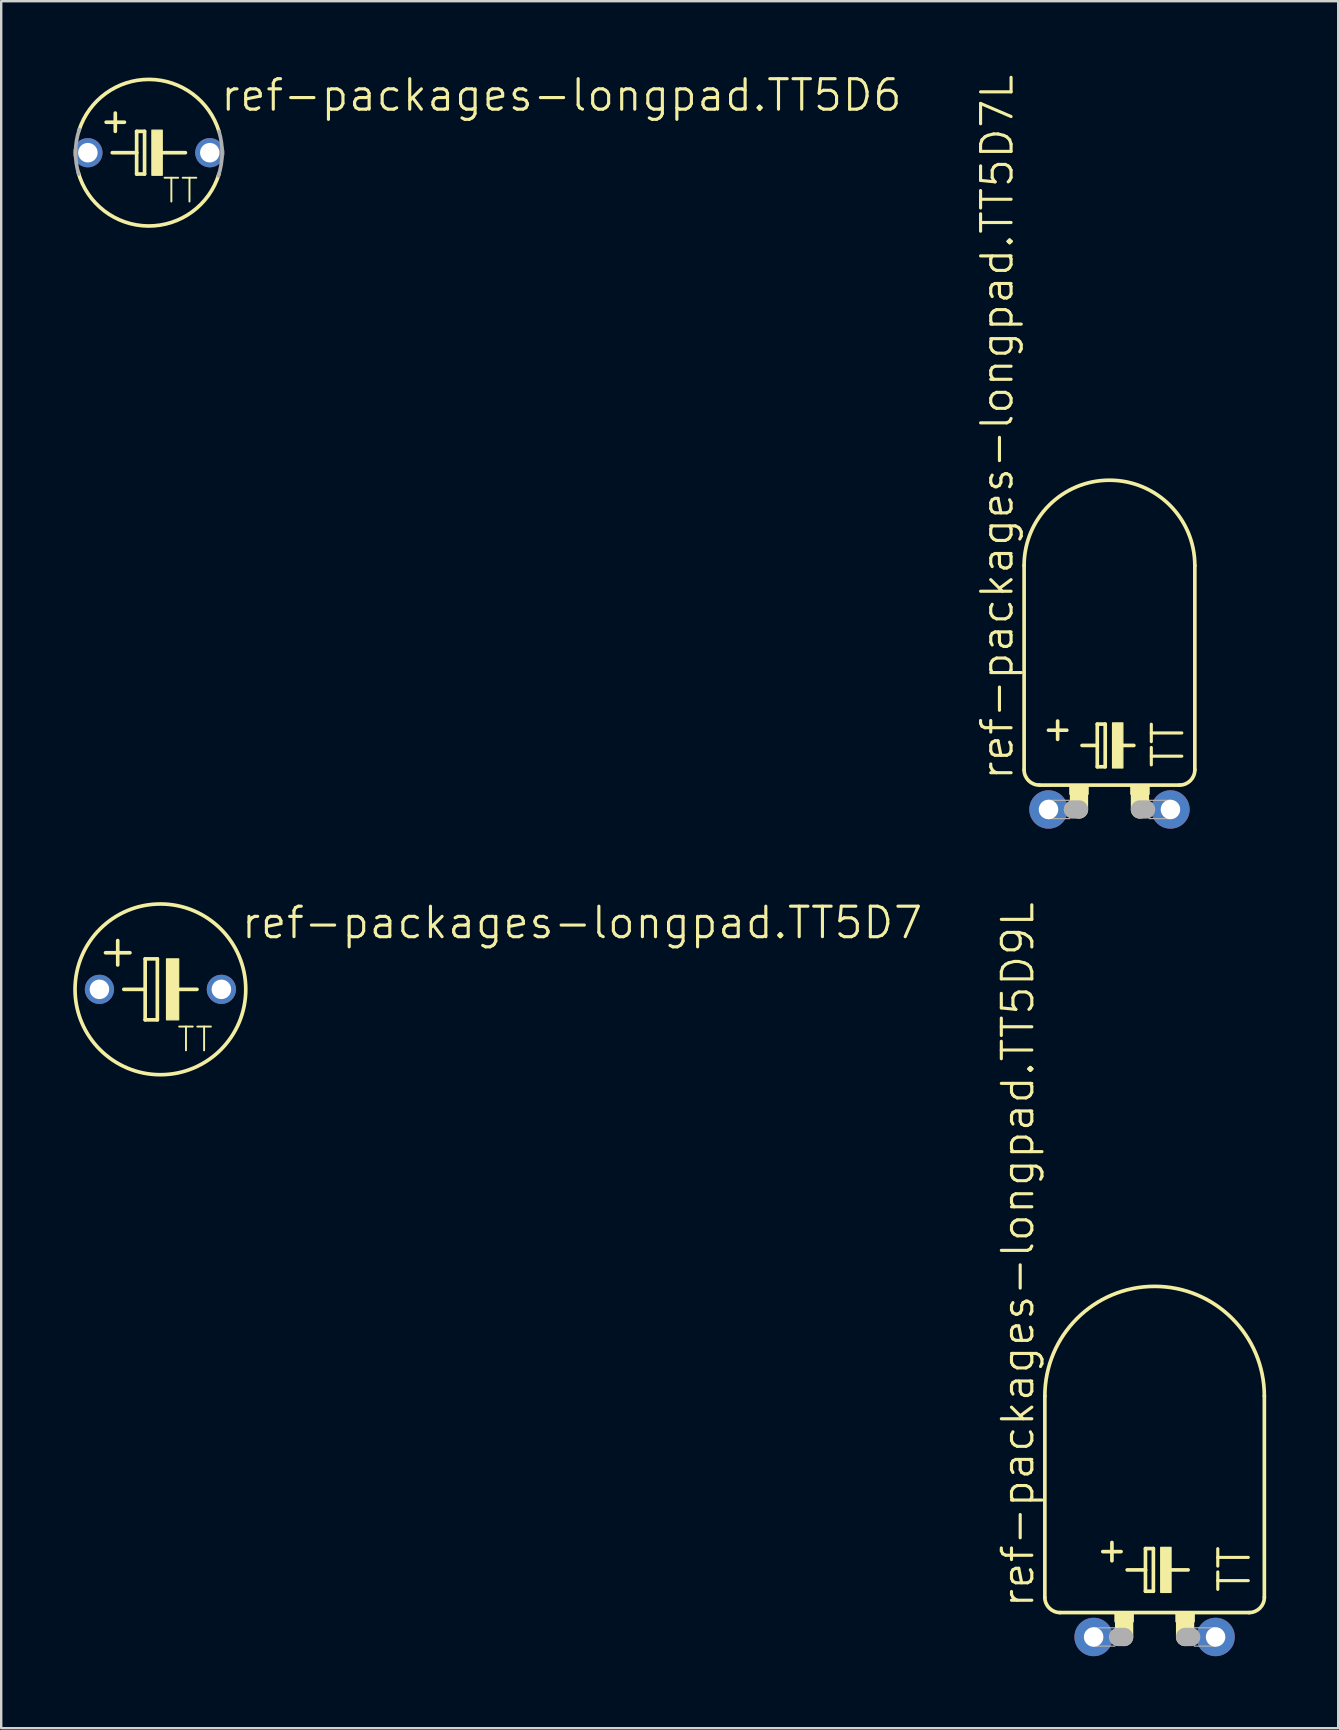
<source format=kicad_pcb>
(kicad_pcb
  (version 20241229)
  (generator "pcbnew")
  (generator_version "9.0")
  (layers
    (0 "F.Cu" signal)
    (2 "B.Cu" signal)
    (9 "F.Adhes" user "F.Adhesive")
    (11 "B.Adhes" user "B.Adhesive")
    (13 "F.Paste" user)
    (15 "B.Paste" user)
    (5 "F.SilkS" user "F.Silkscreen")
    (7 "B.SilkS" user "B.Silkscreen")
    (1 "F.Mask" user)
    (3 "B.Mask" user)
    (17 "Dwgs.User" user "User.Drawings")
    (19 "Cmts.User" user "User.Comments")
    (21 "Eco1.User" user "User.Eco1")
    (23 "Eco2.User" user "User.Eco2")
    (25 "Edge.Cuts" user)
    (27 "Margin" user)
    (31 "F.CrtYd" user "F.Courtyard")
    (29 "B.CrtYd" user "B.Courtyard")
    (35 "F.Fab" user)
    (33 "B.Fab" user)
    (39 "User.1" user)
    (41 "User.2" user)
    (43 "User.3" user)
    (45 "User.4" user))
  (footprint "ref-packages-longpad.TT5D9L"
    (layer "F.Cu")
    (at 45.047 65.141)
    (property "Reference" "ref-packages-longpad.TT5D9L" (at -4.953 -1.143 90) (layer "F.SilkS") (effects (font (size 1.27 1.27) (thickness 0.13)) (justify left bottom)))
    (attr through_hole)
    (fp_line (start -4.572 -10.033) (end -4.572 -1.651) (stroke (width 0.152) (type default)) (layer "F.SilkS"))
    (fp_line (start -3.937 -1.016) (end 3.937 -1.016) (stroke (width 0.152) (type default)) (layer "F.SilkS"))
    (fp_line (start -2.159 -3.556) (end -1.397 -3.556) (stroke (width 0.152) (type default)) (layer "F.SilkS"))
    (fp_line (start -1.778 -3.937) (end -1.778 -3.175) (stroke (width 0.152) (type default)) (layer "F.SilkS"))
    (fp_line (start -1.27 -0.635) (end -1.27 0) (stroke (width 0.762) (type default)) (layer "F.SilkS"))
    (fp_line (start -1.143 -2.794) (end -0.381 -2.794) (stroke (width 0.152) (type default)) (layer "F.SilkS"))
    (fp_line (start -0.381 -3.683) (end -0.381 -2.794) (stroke (width 0.152) (type default)) (layer "F.SilkS"))
    (fp_line (start -0.381 -2.794) (end -0.381 -1.905) (stroke (width 0.152) (type default)) (layer "F.SilkS"))
    (fp_line (start -0.381 -1.905) (end -0.051 -1.905) (stroke (width 0.152) (type default)) (layer "F.SilkS"))
    (fp_line (start -0.051 -3.683) (end -0.381 -3.683) (stroke (width 0.152) (type default)) (layer "F.SilkS"))
    (fp_line (start -0.051 -1.905) (end -0.051 -3.683) (stroke (width 0.152) (type default)) (layer "F.SilkS"))
    (fp_line (start 0.635 -2.794) (end 1.397 -2.794) (stroke (width 0.152) (type default)) (layer "F.SilkS"))
    (fp_line (start 1.27 -0.635) (end 1.27 0) (stroke (width 0.762) (type default)) (layer "F.SilkS"))
    (fp_line (start 4.572 -10.033) (end 4.572 -1.651) (stroke (width 0.152) (type default)) (layer "F.SilkS"))
    (fp_rect (start -1.651 -0.635) (end -0.889 -1.016) (stroke (width 0.05) (type default)) (fill yes) (layer "F.SilkS"))
    (fp_rect (start 0.254 -1.854) (end 0.686 -3.734) (stroke (width 0.05) (type default)) (fill yes) (layer "F.SilkS"))
    (fp_rect (start 0.889 -0.635) (end 1.651 -1.016) (stroke (width 0.05) (type default)) (fill yes) (layer "F.SilkS"))
    (fp_arc (start -4.572 -10.033) (mid 0 -14.605) (end 4.572 -10.033) (stroke (width 0.1524) (type default)) (layer "F.SilkS"))
    (fp_arc (start -3.937 -1.016) (mid -4.386013 -1.201987) (end -4.572 -1.651) (stroke (width 0.1524) (type default)) (layer "F.SilkS"))
    (fp_arc (start 4.572 -1.651) (mid 4.386013 -1.201987) (end 3.937 -1.016) (stroke (width 0.1524) (type default)) (layer "F.SilkS"))
    (fp_line (start -1.524 0) (end -1.27 0) (stroke (width 0.762) (type default)) (layer "F.Fab"))
    (fp_line (start 1.524 0) (end 1.27 0) (stroke (width 0.762) (type default)) (layer "F.Fab"))
    (fp_rect (start -2.54 0.381) (end -1.651 -0.381) (stroke (width 0.05) (type default)) (fill no) (layer "F.Fab"))
    (fp_rect (start 1.651 0.381) (end 2.54 -0.381) (stroke (width 0.05) (type default)) (fill no) (layer "F.Fab"))
    (fp_text user "TT" (at 4.064 -1.778 90) (layer "F.SilkS") (effects (font (size 1.27 1.27) (thickness 0.13)) (justify left bottom)))
    (pad "+" thru_hole circle (at -2.54 0) (size 1.6 1.6) (drill 0.813) (layers "*.Cu" "*.Mask"))
    (pad "-" thru_hole circle (at 2.54 0) (size 1.6 1.6) (drill 0.813) (layers "*.Cu" "*.Mask")))
  (footprint "ref-packages-longpad.TT5D7"
    (layer "F.Cu")
    (at 3.632 38.163)
    (property "Reference" "ref-packages-longpad.TT5D7" (at 3.302 -2.032 0) (layer "F.SilkS") (effects (font (size 1.27 1.27) (thickness 0.13)) (justify left bottom)))
    (attr through_hole)
    (fp_line (start -2.286 -1.524) (end -1.27 -1.524) (stroke (width 0.152) (type default)) (layer "F.SilkS"))
    (fp_line (start -1.778 -1.016) (end -1.778 -2.032) (stroke (width 0.152) (type default)) (layer "F.SilkS"))
    (fp_line (start -1.524 0) (end -0.635 0) (stroke (width 0.152) (type default)) (layer "F.SilkS"))
    (fp_line (start -0.635 -1.27) (end -0.635 0) (stroke (width 0.152) (type default)) (layer "F.SilkS"))
    (fp_line (start -0.635 0) (end -0.635 1.27) (stroke (width 0.152) (type default)) (layer "F.SilkS"))
    (fp_line (start -0.635 1.27) (end -0.127 1.27) (stroke (width 0.152) (type default)) (layer "F.SilkS"))
    (fp_line (start -0.127 -1.27) (end -0.635 -1.27) (stroke (width 0.152) (type default)) (layer "F.SilkS"))
    (fp_line (start -0.127 1.27) (end -0.127 -1.27) (stroke (width 0.152) (type default)) (layer "F.SilkS"))
    (fp_line (start 0.635 0) (end 1.524 0) (stroke (width 0.152) (type default)) (layer "F.SilkS"))
    (fp_rect (start 0.254 1.27) (end 0.762 -1.27) (stroke (width 0.05) (type default)) (fill yes) (layer "F.SilkS"))
    (fp_circle (center 0 0) (end 3.556 0) (stroke (width 0.152) (type default)) (fill no) (layer "F.SilkS"))
    (fp_text user "TT" (at 0.635 2.667 0) (layer "F.SilkS") (effects (font (size 0.991 0.991) (thickness 0.08)) (justify left bottom)))
    (pad "+" thru_hole circle (at -2.54 0) (size 1.219 1.219) (drill 0.813) (layers "*.Cu" "*.Mask"))
    (pad "-" thru_hole circle (at 2.54 0) (size 1.219 1.219) (drill 0.813) (layers "*.Cu" "*.Mask")))
  (footprint "ref-packages-longpad.TT5D7L"
    (layer "F.Cu")
    (at 43.167 30.67)
    (property "Reference" "ref-packages-longpad.TT5D7L" (at -3.937 -1.143 90) (layer "F.SilkS") (effects (font (size 1.27 1.27) (thickness 0.13)) (justify left bottom)))
    (attr through_hole)
    (fp_line (start -3.556 -10.16) (end -3.556 -1.651) (stroke (width 0.152) (type default)) (layer "F.SilkS"))
    (fp_line (start -2.921 -1.016) (end 2.921 -1.016) (stroke (width 0.152) (type default)) (layer "F.SilkS"))
    (fp_line (start -2.54 -3.302) (end -1.778 -3.302) (stroke (width 0.152) (type default)) (layer "F.SilkS"))
    (fp_line (start -2.159 -3.683) (end -2.159 -2.921) (stroke (width 0.152) (type default)) (layer "F.SilkS"))
    (fp_line (start -1.27 -0.635) (end -1.27 0) (stroke (width 0.762) (type default)) (layer "F.SilkS"))
    (fp_line (start -1.143 -2.667) (end -0.508 -2.667) (stroke (width 0.152) (type default)) (layer "F.SilkS"))
    (fp_line (start -0.508 -3.556) (end -0.508 -2.667) (stroke (width 0.152) (type default)) (layer "F.SilkS"))
    (fp_line (start -0.508 -2.667) (end -0.508 -1.778) (stroke (width 0.152) (type default)) (layer "F.SilkS"))
    (fp_line (start -0.508 -1.778) (end -0.178 -1.778) (stroke (width 0.152) (type default)) (layer "F.SilkS"))
    (fp_line (start -0.178 -3.556) (end -0.508 -3.556) (stroke (width 0.152) (type default)) (layer "F.SilkS"))
    (fp_line (start -0.178 -1.778) (end -0.178 -3.556) (stroke (width 0.152) (type default)) (layer "F.SilkS"))
    (fp_line (start 0.508 -2.667) (end 1.016 -2.667) (stroke (width 0.152) (type default)) (layer "F.SilkS"))
    (fp_line (start 1.27 -0.635) (end 1.27 0) (stroke (width 0.762) (type default)) (layer "F.SilkS"))
    (fp_line (start 3.556 -10.16) (end 3.556 -1.651) (stroke (width 0.152) (type default)) (layer "F.SilkS"))
    (fp_rect (start -1.651 -0.635) (end -0.889 -1.016) (stroke (width 0.05) (type default)) (fill yes) (layer "F.SilkS"))
    (fp_rect (start 0.127 -1.727) (end 0.559 -3.607) (stroke (width 0.05) (type default)) (fill yes) (layer "F.SilkS"))
    (fp_rect (start 0.889 -0.635) (end 1.651 -1.016) (stroke (width 0.05) (type default)) (fill yes) (layer "F.SilkS"))
    (fp_arc (start -3.556 -10.16) (mid 0 -13.716) (end 3.556 -10.16) (stroke (width 0.1524) (type default)) (layer "F.SilkS"))
    (fp_arc (start -2.921 -1.016) (mid -3.370013 -1.201987) (end -3.556 -1.651) (stroke (width 0.1524) (type default)) (layer "F.SilkS"))
    (fp_arc (start 3.556 -1.651) (mid 3.370013 -1.201987) (end 2.921 -1.016) (stroke (width 0.1524) (type default)) (layer "F.SilkS"))
    (fp_line (start -1.524 0) (end -1.27 0) (stroke (width 0.762) (type default)) (layer "F.Fab"))
    (fp_line (start 1.524 0) (end 1.27 0) (stroke (width 0.762) (type default)) (layer "F.Fab"))
    (fp_rect (start -2.54 0.381) (end -1.651 -0.381) (stroke (width 0.05) (type default)) (fill no) (layer "F.Fab"))
    (fp_rect (start 1.651 0.381) (end 2.54 -0.381) (stroke (width 0.05) (type default)) (fill no) (layer "F.Fab"))
    (fp_text user "TT" (at 3.175 -1.651 90) (layer "F.SilkS") (effects (font (size 1.27 1.27) (thickness 0.13)) (justify left bottom)))
    (pad "+" thru_hole circle (at -2.54 0) (size 1.6 1.6) (drill 0.813) (layers "*.Cu" "*.Mask"))
    (pad "-" thru_hole circle (at 2.54 0) (size 1.6 1.6) (drill 0.813) (layers "*.Cu" "*.Mask")))
  (footprint "ref-packages-longpad.TT5D6"
    (layer "F.Cu")
    (at 3.15 3.311)
    (property "Reference" "ref-packages-longpad.TT5D6" (at 2.921 -1.651 0) (layer "F.SilkS") (effects (font (size 1.27 1.27) (thickness 0.13)) (justify left bottom)))
    (attr through_hole)
    (fp_line (start -1.778 -1.27) (end -1.016 -1.27) (stroke (width 0.152) (type default)) (layer "F.SilkS"))
    (fp_line (start -1.524 0) (end -0.508 0) (stroke (width 0.152) (type default)) (layer "F.SilkS"))
    (fp_line (start -1.397 -1.651) (end -1.397 -0.889) (stroke (width 0.152) (type default)) (layer "F.SilkS"))
    (fp_line (start -0.508 -0.889) (end -0.508 0) (stroke (width 0.152) (type default)) (layer "F.SilkS"))
    (fp_line (start -0.508 0) (end -0.508 0.889) (stroke (width 0.152) (type default)) (layer "F.SilkS"))
    (fp_line (start -0.508 0.889) (end -0.178 0.889) (stroke (width 0.152) (type default)) (layer "F.SilkS"))
    (fp_line (start -0.178 -0.889) (end -0.508 -0.889) (stroke (width 0.152) (type default)) (layer "F.SilkS"))
    (fp_line (start -0.178 0.889) (end -0.178 -0.889) (stroke (width 0.152) (type default)) (layer "F.SilkS"))
    (fp_line (start 0.508 0) (end 1.524 0) (stroke (width 0.152) (type default)) (layer "F.SilkS"))
    (fp_rect (start 0.127 0.94) (end 0.559 -0.94) (stroke (width 0.05) (type default)) (fill yes) (layer "F.SilkS"))
    (fp_arc (start -2.908 -0.9307) (mid 0.021833 -3.053218) (end 2.921 -0.889) (stroke (width 0.1524) (type default)) (layer "F.SilkS"))
    (fp_arc (start 2.9211 0.889) (mid -0.034264 3.05318) (end -2.9403 0.8232) (stroke (width 0.1524) (type default)) (layer "F.SilkS"))
    (fp_arc (start -2.921 0.889) (mid -3.053017 -0.040147) (end -2.8966 -0.9655) (stroke (width 0.1524) (type default)) (layer "F.Fab"))
    (fp_arc (start 2.921 -0.889) (mid 3.053017 0.040147) (end 2.8966 0.9655) (stroke (width 0.1524) (type default)) (layer "F.Fab"))
    (fp_text user "TT" (at 0.508 2.159 0) (layer "F.SilkS") (effects (font (size 0.991 0.991) (thickness 0.08)) (justify left bottom)))
    (pad "+" thru_hole circle (at -2.54 0) (size 1.219 1.219) (drill 0.813) (layers "*.Cu" "*.Mask"))
    (pad "-" thru_hole circle (at 2.54 0) (size 1.219 1.219) (drill 0.813) (layers "*.Cu" "*.Mask")))
  (gr_rect
    (start -3 -3)
    (end 52.695 68.941)
    (stroke (width 0.1) (type default))
    (fill no)
    (layer "Edge.Cuts")))
</source>
